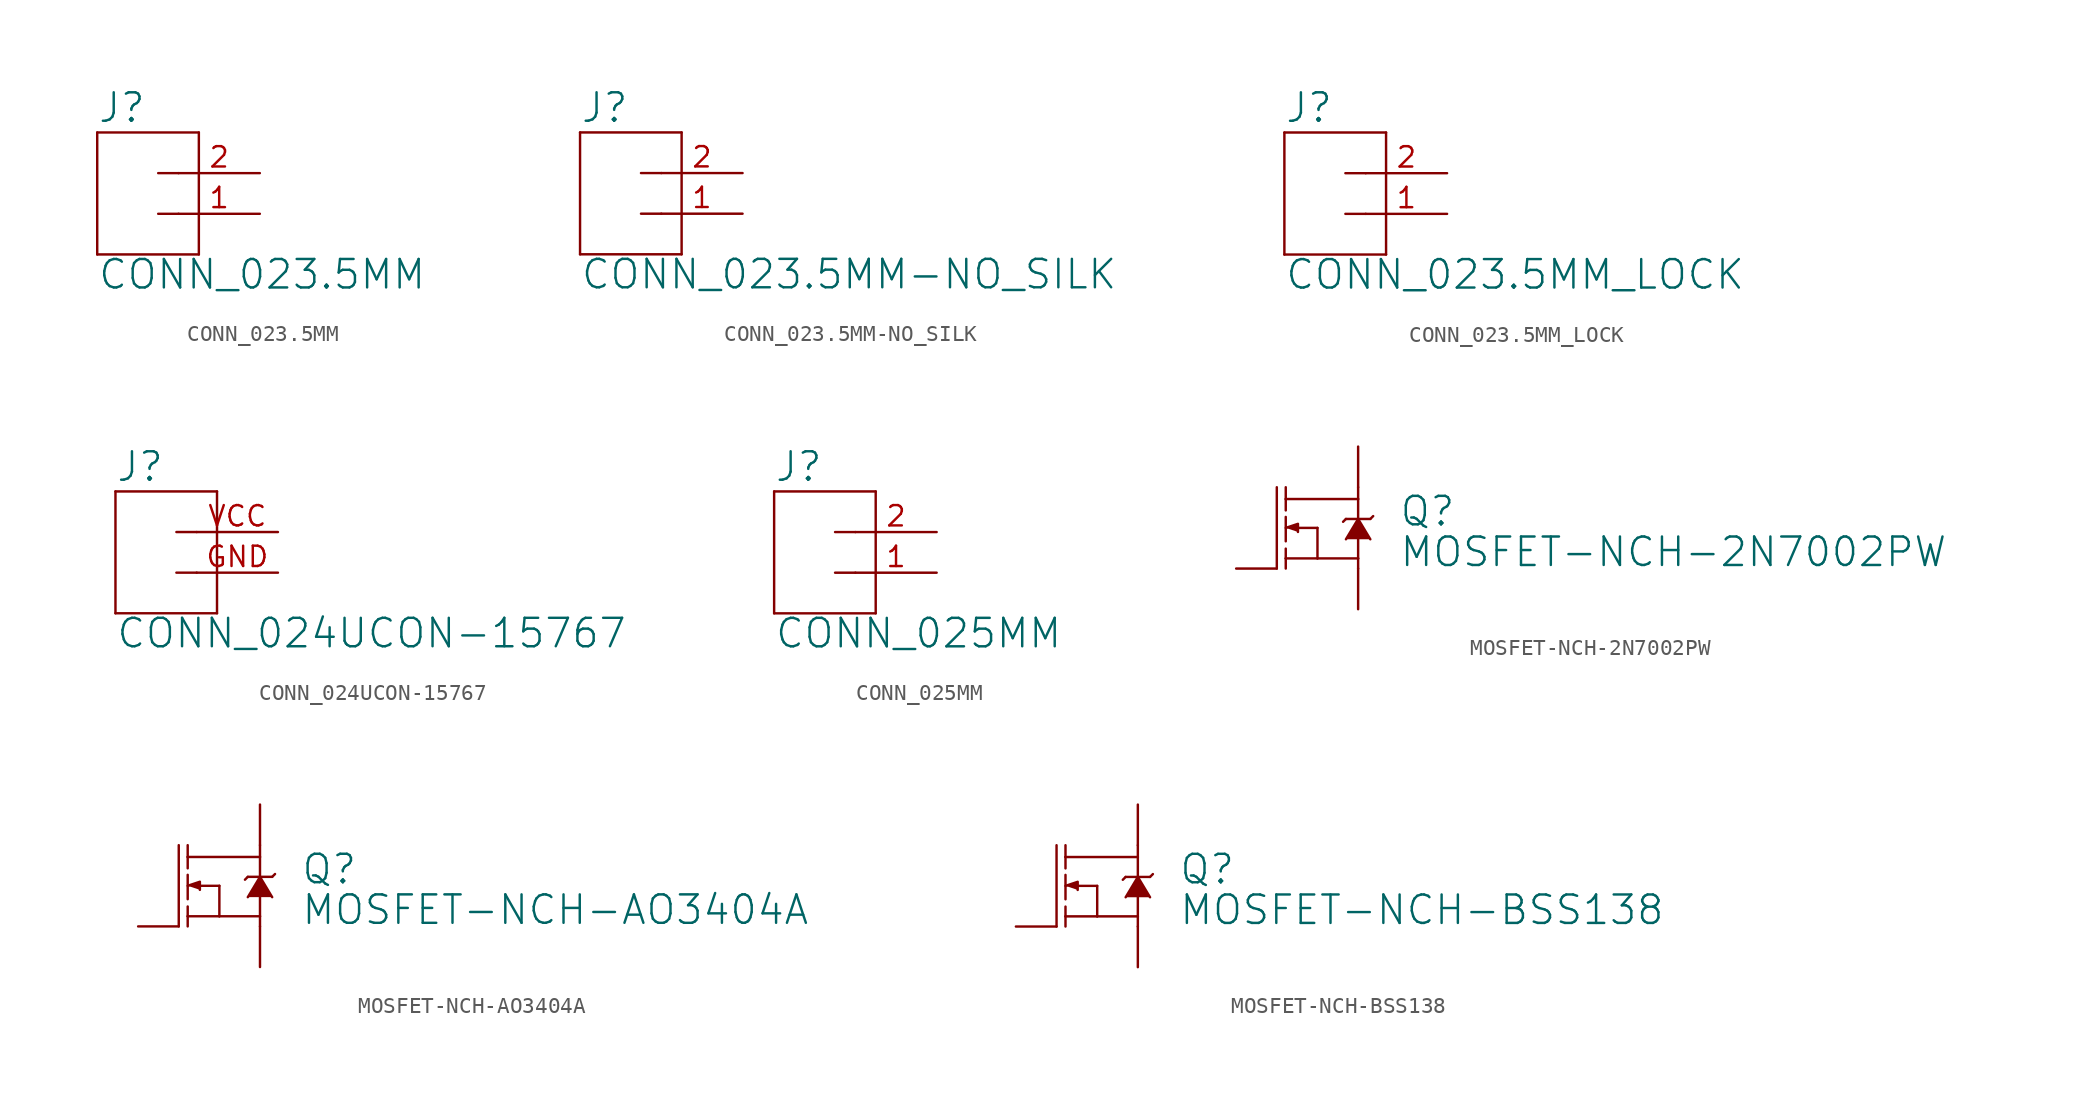
<source format=kicad_sym>
(kicad_symbol_lib
  (version 20211014)
  (generator kicad_symbol_editor)
  (symbol "CONN_023.5MM"
    (pin_names
      (offset 1.016))
    (property "Reference" "J"
      (at -2.54 5.588 0)
      (effects (font (size 1.778 1.778)) (justify left bottom)))
    (property "Value" "CONN_023.5MM"
      (at -2.54 -4.826 0)
      (effects (font (size 1.778 1.778)) (justify left bottom)))
    (property "ki_locked" ""
      (at 0 0 0)
      (effects (font (size 1.27 1.27))))
    (symbol "CONN_023.5MM_1_0"
      (polyline (pts (xy -2.54 5.08) (xy -2.54 -2.54)) (stroke (width 0) (type default) (color 0 0 0 0)) (fill (type none)))
      (polyline (pts (xy -2.54 5.08) (xy 3.81 5.08)) (stroke (width 0) (type default) (color 0 0 0 0)) (fill (type none)))
      (polyline (pts (xy 1.27 0) (xy 2.54 0)) (stroke (width 0) (type default) (color 0 0 0 0)) (fill (type none)))
      (polyline (pts (xy 1.27 2.54) (xy 2.54 2.54)) (stroke (width 0) (type default) (color 0 0 0 0)) (fill (type none)))
      (polyline (pts (xy 3.81 -2.54) (xy -2.54 -2.54)) (stroke (width 0) (type default) (color 0 0 0 0)) (fill (type none)))
      (polyline (pts (xy 3.81 -2.54) (xy 3.81 5.08)) (stroke (width 0) (type default) (color 0 0 0 0)) (fill (type none)))
      (pin passive line (at 7.62 0 180) (length 5.08) (name "1" (effects (font (size 0 0)))) (number "1" (effects (font (size 1.27 1.27)))))
      (pin passive line (at 7.62 2.54 180) (length 5.08) (name "2" (effects (font (size 0 0)))) (number "2" (effects (font (size 1.27 1.27)))))))
  (symbol "CONN_023.5MM-NO_SILK"
    (pin_names
      (offset 1.016))
    (property "Reference" "J"
      (at -2.54 5.588 0)
      (effects (font (size 1.778 1.778)) (justify left bottom)))
    (property "Value" "CONN_023.5MM-NO_SILK"
      (at -2.54 -4.826 0)
      (effects (font (size 1.778 1.778)) (justify left bottom)))
    (property "ki_locked" ""
      (at 0 0 0)
      (effects (font (size 1.27 1.27))))
    (symbol "CONN_023.5MM-NO_SILK_1_0"
      (polyline (pts (xy -2.54 5.08) (xy -2.54 -2.54)) (stroke (width 0) (type default) (color 0 0 0 0)) (fill (type none)))
      (polyline (pts (xy -2.54 5.08) (xy 3.81 5.08)) (stroke (width 0) (type default) (color 0 0 0 0)) (fill (type none)))
      (polyline (pts (xy 1.27 0) (xy 2.54 0)) (stroke (width 0) (type default) (color 0 0 0 0)) (fill (type none)))
      (polyline (pts (xy 1.27 2.54) (xy 2.54 2.54)) (stroke (width 0) (type default) (color 0 0 0 0)) (fill (type none)))
      (polyline (pts (xy 3.81 -2.54) (xy -2.54 -2.54)) (stroke (width 0) (type default) (color 0 0 0 0)) (fill (type none)))
      (polyline (pts (xy 3.81 -2.54) (xy 3.81 5.08)) (stroke (width 0) (type default) (color 0 0 0 0)) (fill (type none)))
      (pin passive line (at 7.62 0 180) (length 5.08) (name "1" (effects (font (size 0 0)))) (number "1" (effects (font (size 1.27 1.27)))))
      (pin passive line (at 7.62 2.54 180) (length 5.08) (name "2" (effects (font (size 0 0)))) (number "2" (effects (font (size 1.27 1.27)))))))
  (symbol "CONN_023.5MM_LOCK"
    (pin_names
      (offset 1.016))
    (property "Reference" "J"
      (at -2.54 5.588 0)
      (effects (font (size 1.778 1.778)) (justify left bottom)))
    (property "Value" "CONN_023.5MM_LOCK"
      (at -2.54 -4.826 0)
      (effects (font (size 1.778 1.778)) (justify left bottom)))
    (property "ki_locked" ""
      (at 0 0 0)
      (effects (font (size 1.27 1.27))))
    (symbol "CONN_023.5MM_LOCK_1_0"
      (polyline (pts (xy -2.54 5.08) (xy -2.54 -2.54)) (stroke (width 0) (type default) (color 0 0 0 0)) (fill (type none)))
      (polyline (pts (xy -2.54 5.08) (xy 3.81 5.08)) (stroke (width 0) (type default) (color 0 0 0 0)) (fill (type none)))
      (polyline (pts (xy 1.27 0) (xy 2.54 0)) (stroke (width 0) (type default) (color 0 0 0 0)) (fill (type none)))
      (polyline (pts (xy 1.27 2.54) (xy 2.54 2.54)) (stroke (width 0) (type default) (color 0 0 0 0)) (fill (type none)))
      (polyline (pts (xy 3.81 -2.54) (xy -2.54 -2.54)) (stroke (width 0) (type default) (color 0 0 0 0)) (fill (type none)))
      (polyline (pts (xy 3.81 -2.54) (xy 3.81 5.08)) (stroke (width 0) (type default) (color 0 0 0 0)) (fill (type none)))
      (pin passive line (at 7.62 0 180) (length 5.08) (name "1" (effects (font (size 0 0)))) (number "1" (effects (font (size 1.27 1.27)))))
      (pin passive line (at 7.62 2.54 180) (length 5.08) (name "2" (effects (font (size 0 0)))) (number "2" (effects (font (size 1.27 1.27)))))))
  (symbol "CONN_024UCON-15767"
    (pin_names
      (offset 1.016))
    (property "Reference" "J"
      (at -2.54 5.588 0)
      (effects (font (size 1.778 1.778)) (justify left bottom)))
    (property "Value" "CONN_024UCON-15767"
      (at -2.54 -4.826 0)
      (effects (font (size 1.778 1.778)) (justify left bottom)))
    (property "ki_locked" ""
      (at 0 0 0)
      (effects (font (size 1.27 1.27))))
    (symbol "CONN_024UCON-15767_1_0"
      (polyline (pts (xy -2.54 5.08) (xy -2.54 -2.54)) (stroke (width 0) (type default) (color 0 0 0 0)) (fill (type none)))
      (polyline (pts (xy -2.54 5.08) (xy 3.81 5.08)) (stroke (width 0) (type default) (color 0 0 0 0)) (fill (type none)))
      (polyline (pts (xy 1.27 0) (xy 2.54 0)) (stroke (width 0) (type default) (color 0 0 0 0)) (fill (type none)))
      (polyline (pts (xy 1.27 2.54) (xy 2.54 2.54)) (stroke (width 0) (type default) (color 0 0 0 0)) (fill (type none)))
      (polyline (pts (xy 3.81 -2.54) (xy -2.54 -2.54)) (stroke (width 0) (type default) (color 0 0 0 0)) (fill (type none)))
      (polyline (pts (xy 3.81 -2.54) (xy 3.81 5.08)) (stroke (width 0) (type default) (color 0 0 0 0)) (fill (type none)))
      (pin passive line (at 7.62 0 180) (length 5.08) (name "1" (effects (font (size 0 0)))) (number "GND" (effects (font (size 1.27 1.27)))))
      (pin passive line (at 7.62 2.54 180) (length 5.08) (name "2" (effects (font (size 0 0)))) (number "VCC" (effects (font (size 1.27 1.27)))))))
  (symbol "CONN_025MM"
    (pin_names
      (offset 1.016))
    (property "Reference" "J"
      (at -2.54 5.588 0)
      (effects (font (size 1.778 1.778)) (justify left bottom)))
    (property "Value" "CONN_025MM"
      (at -2.54 -4.826 0)
      (effects (font (size 1.778 1.778)) (justify left bottom)))
    (property "ki_locked" ""
      (at 0 0 0)
      (effects (font (size 1.27 1.27))))
    (symbol "CONN_025MM_1_0"
      (polyline (pts (xy -2.54 5.08) (xy -2.54 -2.54)) (stroke (width 0) (type default) (color 0 0 0 0)) (fill (type none)))
      (polyline (pts (xy -2.54 5.08) (xy 3.81 5.08)) (stroke (width 0) (type default) (color 0 0 0 0)) (fill (type none)))
      (polyline (pts (xy 1.27 0) (xy 2.54 0)) (stroke (width 0) (type default) (color 0 0 0 0)) (fill (type none)))
      (polyline (pts (xy 1.27 2.54) (xy 2.54 2.54)) (stroke (width 0) (type default) (color 0 0 0 0)) (fill (type none)))
      (polyline (pts (xy 3.81 -2.54) (xy -2.54 -2.54)) (stroke (width 0) (type default) (color 0 0 0 0)) (fill (type none)))
      (polyline (pts (xy 3.81 -2.54) (xy 3.81 5.08)) (stroke (width 0) (type default) (color 0 0 0 0)) (fill (type none)))
      (pin passive line (at 7.62 0 180) (length 5.08) (name "1" (effects (font (size 0 0)))) (number "1" (effects (font (size 1.27 1.27)))))
      (pin passive line (at 7.62 2.54 180) (length 5.08) (name "2" (effects (font (size 0 0)))) (number "2" (effects (font (size 1.27 1.27)))))))
  (symbol "MOSFET-NCH-2N7002PW"
    (pin_names
      (offset 1.016))
    (property "Reference" "Q"
      (at 5.08 0 0)
      (effects (font (size 1.778 1.778)) (justify left bottom)))
    (property "Value" "MOSFET-NCH-2N7002PW"
      (at 5.08 -2.54 0)
      (effects (font (size 1.778 1.778)) (justify left bottom)))
    (property "ki_locked" ""
      (at 0 0 0)
      (effects (font (size 1.27 1.27))))
    (symbol "MOSFET-NCH-2N7002PW_1_0"
      (polyline (pts (xy -2.54 -2.54) (xy -2.54 2.54)) (stroke (width 0) (type default) (color 0 0 0 0)) (fill (type none)))
      (polyline (pts (xy -1.981 -1.905) (xy -1.981 -2.54)) (stroke (width 0) (type default) (color 0 0 0 0)) (fill (type none)))
      (polyline (pts (xy -1.981 -1.905) (xy 0 -1.905)) (stroke (width 0) (type default) (color 0 0 0 0)) (fill (type none)))
      (polyline (pts (xy -1.981 -1.295) (xy -1.981 -1.905)) (stroke (width 0) (type default) (color 0 0 0 0)) (fill (type none)))
      (polyline (pts (xy -1.981 0.686) (xy -1.981 -0.838)) (stroke (width 0) (type default) (color 0 0 0 0)) (fill (type none)))
      (polyline (pts (xy -1.981 1.803) (xy -1.981 1.092)) (stroke (width 0) (type default) (color 0 0 0 0)) (fill (type none)))
      (polyline (pts (xy -1.981 1.803) (xy 2.54 1.803)) (stroke (width 0) (type default) (color 0 0 0 0)) (fill (type none)))
      (polyline (pts (xy -1.981 2.54) (xy -1.981 1.803)) (stroke (width 0) (type default) (color 0 0 0 0)) (fill (type none)))
      (polyline (pts (xy 0 -1.905) (xy 0 0)) (stroke (width 0) (type default) (color 0 0 0 0)) (fill (type none)))
      (polyline (pts (xy 0 0) (xy -1.219 0)) (stroke (width 0) (type default) (color 0 0 0 0)) (fill (type none)))
      (polyline (pts (xy 1.6 0.381) (xy 1.778 0.559)) (stroke (width 0) (type default) (color 0 0 0 0)) (fill (type none)))
      (polyline (pts (xy 2.54 -2.54) (xy 2.54 -1.905)) (stroke (width 0) (type default) (color 0 0 0 0)) (fill (type none)))
      (polyline (pts (xy 2.54 -1.905) (xy 0 -1.905)) (stroke (width 0) (type default) (color 0 0 0 0)) (fill (type none)))
      (polyline (pts (xy 2.54 -0.711) (xy 2.54 -1.905)) (stroke (width 0) (type default) (color 0 0 0 0)) (fill (type none)))
      (polyline (pts (xy 2.54 0.559) (xy 1.778 0.559)) (stroke (width 0) (type default) (color 0 0 0 0)) (fill (type none)))
      (polyline (pts (xy 2.54 0.559) (xy 3.302 0.559)) (stroke (width 0) (type default) (color 0 0 0 0)) (fill (type none)))
      (polyline (pts (xy 2.54 1.803) (xy 2.54 0.559)) (stroke (width 0) (type default) (color 0 0 0 0)) (fill (type none)))
      (polyline (pts (xy 2.54 2.54) (xy 2.54 1.803)) (stroke (width 0) (type default) (color 0 0 0 0)) (fill (type none)))
      (polyline (pts (xy 3.302 0.559) (xy 3.48 0.737)) (stroke (width 0) (type default) (color 0 0 0 0)) (fill (type none)))
      (polyline (pts (xy -1.981 0) (xy -1.219 0.254) (xy -1.219 -0.254)) (stroke (width 0) (type default) (color 0 0 0 0)) (fill (type outline)))
      (polyline (pts (xy 1.778 -0.711) (xy 2.54 0.559) (xy 3.302 -0.711)) (stroke (width 0) (type default) (color 0 0 0 0)) (fill (type outline)))
      (pin bidirectional line (at -5.08 -2.54 0) (length 2.54) (name "G" (effects (font (size 0 0)))) (number "1" (effects (font (size 0 0)))))
      (pin bidirectional line (at 2.54 -5.08 90) (length 2.54) (name "S" (effects (font (size 0 0)))) (number "2" (effects (font (size 0 0)))))
      (pin bidirectional line (at 2.54 5.08 270) (length 2.54) (name "D" (effects (font (size 0 0)))) (number "3" (effects (font (size 0 0)))))))
  (symbol "MOSFET-NCH-AO3404A"
    (pin_names
      (offset 1.016))
    (property "Reference" "Q"
      (at 5.08 0 0)
      (effects (font (size 1.778 1.778)) (justify left bottom)))
    (property "Value" "MOSFET-NCH-AO3404A"
      (at 5.08 -2.54 0)
      (effects (font (size 1.778 1.778)) (justify left bottom)))
    (property "ki_locked" ""
      (at 0 0 0)
      (effects (font (size 1.27 1.27))))
    (symbol "MOSFET-NCH-AO3404A_1_0"
      (polyline (pts (xy -2.54 -2.54) (xy -2.54 2.54)) (stroke (width 0) (type default) (color 0 0 0 0)) (fill (type none)))
      (polyline (pts (xy -1.981 -1.905) (xy -1.981 -2.54)) (stroke (width 0) (type default) (color 0 0 0 0)) (fill (type none)))
      (polyline (pts (xy -1.981 -1.905) (xy 0 -1.905)) (stroke (width 0) (type default) (color 0 0 0 0)) (fill (type none)))
      (polyline (pts (xy -1.981 -1.295) (xy -1.981 -1.905)) (stroke (width 0) (type default) (color 0 0 0 0)) (fill (type none)))
      (polyline (pts (xy -1.981 0.686) (xy -1.981 -0.838)) (stroke (width 0) (type default) (color 0 0 0 0)) (fill (type none)))
      (polyline (pts (xy -1.981 1.803) (xy -1.981 1.092)) (stroke (width 0) (type default) (color 0 0 0 0)) (fill (type none)))
      (polyline (pts (xy -1.981 1.803) (xy 2.54 1.803)) (stroke (width 0) (type default) (color 0 0 0 0)) (fill (type none)))
      (polyline (pts (xy -1.981 2.54) (xy -1.981 1.803)) (stroke (width 0) (type default) (color 0 0 0 0)) (fill (type none)))
      (polyline (pts (xy 0 -1.905) (xy 0 0)) (stroke (width 0) (type default) (color 0 0 0 0)) (fill (type none)))
      (polyline (pts (xy 0 0) (xy -1.219 0)) (stroke (width 0) (type default) (color 0 0 0 0)) (fill (type none)))
      (polyline (pts (xy 1.6 0.381) (xy 1.778 0.559)) (stroke (width 0) (type default) (color 0 0 0 0)) (fill (type none)))
      (polyline (pts (xy 2.54 -2.54) (xy 2.54 -1.905)) (stroke (width 0) (type default) (color 0 0 0 0)) (fill (type none)))
      (polyline (pts (xy 2.54 -1.905) (xy 0 -1.905)) (stroke (width 0) (type default) (color 0 0 0 0)) (fill (type none)))
      (polyline (pts (xy 2.54 -0.711) (xy 2.54 -1.905)) (stroke (width 0) (type default) (color 0 0 0 0)) (fill (type none)))
      (polyline (pts (xy 2.54 0.559) (xy 1.778 0.559)) (stroke (width 0) (type default) (color 0 0 0 0)) (fill (type none)))
      (polyline (pts (xy 2.54 0.559) (xy 3.302 0.559)) (stroke (width 0) (type default) (color 0 0 0 0)) (fill (type none)))
      (polyline (pts (xy 2.54 1.803) (xy 2.54 0.559)) (stroke (width 0) (type default) (color 0 0 0 0)) (fill (type none)))
      (polyline (pts (xy 2.54 2.54) (xy 2.54 1.803)) (stroke (width 0) (type default) (color 0 0 0 0)) (fill (type none)))
      (polyline (pts (xy 3.302 0.559) (xy 3.48 0.737)) (stroke (width 0) (type default) (color 0 0 0 0)) (fill (type none)))
      (polyline (pts (xy -1.981 0) (xy -1.219 0.254) (xy -1.219 -0.254)) (stroke (width 0) (type default) (color 0 0 0 0)) (fill (type outline)))
      (polyline (pts (xy 1.778 -0.711) (xy 2.54 0.559) (xy 3.302 -0.711)) (stroke (width 0) (type default) (color 0 0 0 0)) (fill (type outline)))
      (pin bidirectional line (at -5.08 -2.54 0) (length 2.54) (name "G" (effects (font (size 0 0)))) (number "1" (effects (font (size 0 0)))))
      (pin bidirectional line (at 2.54 -5.08 90) (length 2.54) (name "S" (effects (font (size 0 0)))) (number "2" (effects (font (size 0 0)))))
      (pin bidirectional line (at 2.54 5.08 270) (length 2.54) (name "D" (effects (font (size 0 0)))) (number "3" (effects (font (size 0 0)))))))
  (symbol "MOSFET-NCH-BSS138"
    (pin_names
      (offset 1.016))
    (property "Reference" "Q"
      (at 5.08 0 0)
      (effects (font (size 1.778 1.778)) (justify left bottom)))
    (property "Value" "MOSFET-NCH-BSS138"
      (at 5.08 -2.54 0)
      (effects (font (size 1.778 1.778)) (justify left bottom)))
    (property "ki_locked" ""
      (at 0 0 0)
      (effects (font (size 1.27 1.27))))
    (symbol "MOSFET-NCH-BSS138_1_0"
      (polyline (pts (xy -2.54 -2.54) (xy -2.54 2.54)) (stroke (width 0) (type default) (color 0 0 0 0)) (fill (type none)))
      (polyline (pts (xy -1.981 -1.905) (xy -1.981 -2.54)) (stroke (width 0) (type default) (color 0 0 0 0)) (fill (type none)))
      (polyline (pts (xy -1.981 -1.905) (xy 0 -1.905)) (stroke (width 0) (type default) (color 0 0 0 0)) (fill (type none)))
      (polyline (pts (xy -1.981 -1.295) (xy -1.981 -1.905)) (stroke (width 0) (type default) (color 0 0 0 0)) (fill (type none)))
      (polyline (pts (xy -1.981 0.686) (xy -1.981 -0.838)) (stroke (width 0) (type default) (color 0 0 0 0)) (fill (type none)))
      (polyline (pts (xy -1.981 1.803) (xy -1.981 1.092)) (stroke (width 0) (type default) (color 0 0 0 0)) (fill (type none)))
      (polyline (pts (xy -1.981 1.803) (xy 2.54 1.803)) (stroke (width 0) (type default) (color 0 0 0 0)) (fill (type none)))
      (polyline (pts (xy -1.981 2.54) (xy -1.981 1.803)) (stroke (width 0) (type default) (color 0 0 0 0)) (fill (type none)))
      (polyline (pts (xy 0 -1.905) (xy 0 0)) (stroke (width 0) (type default) (color 0 0 0 0)) (fill (type none)))
      (polyline (pts (xy 0 0) (xy -1.219 0)) (stroke (width 0) (type default) (color 0 0 0 0)) (fill (type none)))
      (polyline (pts (xy 1.6 0.381) (xy 1.778 0.559)) (stroke (width 0) (type default) (color 0 0 0 0)) (fill (type none)))
      (polyline (pts (xy 2.54 -2.54) (xy 2.54 -1.905)) (stroke (width 0) (type default) (color 0 0 0 0)) (fill (type none)))
      (polyline (pts (xy 2.54 -1.905) (xy 0 -1.905)) (stroke (width 0) (type default) (color 0 0 0 0)) (fill (type none)))
      (polyline (pts (xy 2.54 -0.711) (xy 2.54 -1.905)) (stroke (width 0) (type default) (color 0 0 0 0)) (fill (type none)))
      (polyline (pts (xy 2.54 0.559) (xy 1.778 0.559)) (stroke (width 0) (type default) (color 0 0 0 0)) (fill (type none)))
      (polyline (pts (xy 2.54 0.559) (xy 3.302 0.559)) (stroke (width 0) (type default) (color 0 0 0 0)) (fill (type none)))
      (polyline (pts (xy 2.54 1.803) (xy 2.54 0.559)) (stroke (width 0) (type default) (color 0 0 0 0)) (fill (type none)))
      (polyline (pts (xy 2.54 2.54) (xy 2.54 1.803)) (stroke (width 0) (type default) (color 0 0 0 0)) (fill (type none)))
      (polyline (pts (xy 3.302 0.559) (xy 3.48 0.737)) (stroke (width 0) (type default) (color 0 0 0 0)) (fill (type none)))
      (polyline (pts (xy -1.981 0) (xy -1.219 0.254) (xy -1.219 -0.254)) (stroke (width 0) (type default) (color 0 0 0 0)) (fill (type outline)))
      (polyline (pts (xy 1.778 -0.711) (xy 2.54 0.559) (xy 3.302 -0.711)) (stroke (width 0) (type default) (color 0 0 0 0)) (fill (type outline)))
      (pin bidirectional line (at -5.08 -2.54 0) (length 2.54) (name "G" (effects (font (size 0 0)))) (number "1" (effects (font (size 0 0)))))
      (pin bidirectional line (at 2.54 -5.08 90) (length 2.54) (name "S" (effects (font (size 0 0)))) (number "2" (effects (font (size 0 0)))))
      (pin bidirectional line (at 2.54 5.08 270) (length 2.54) (name "D" (effects (font (size 0 0)))) (number "3" (effects (font (size 0 0))))))))
</source>
